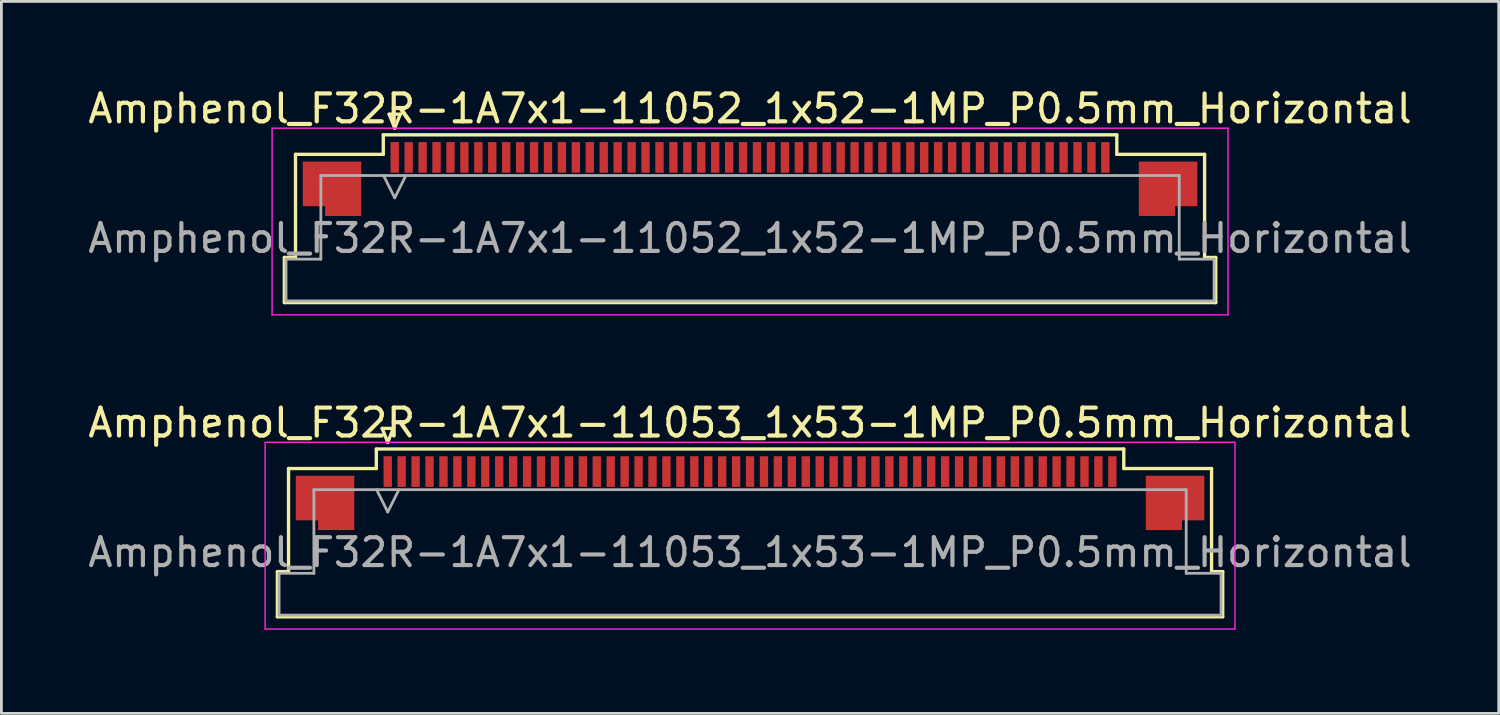
<source format=kicad_pcb>
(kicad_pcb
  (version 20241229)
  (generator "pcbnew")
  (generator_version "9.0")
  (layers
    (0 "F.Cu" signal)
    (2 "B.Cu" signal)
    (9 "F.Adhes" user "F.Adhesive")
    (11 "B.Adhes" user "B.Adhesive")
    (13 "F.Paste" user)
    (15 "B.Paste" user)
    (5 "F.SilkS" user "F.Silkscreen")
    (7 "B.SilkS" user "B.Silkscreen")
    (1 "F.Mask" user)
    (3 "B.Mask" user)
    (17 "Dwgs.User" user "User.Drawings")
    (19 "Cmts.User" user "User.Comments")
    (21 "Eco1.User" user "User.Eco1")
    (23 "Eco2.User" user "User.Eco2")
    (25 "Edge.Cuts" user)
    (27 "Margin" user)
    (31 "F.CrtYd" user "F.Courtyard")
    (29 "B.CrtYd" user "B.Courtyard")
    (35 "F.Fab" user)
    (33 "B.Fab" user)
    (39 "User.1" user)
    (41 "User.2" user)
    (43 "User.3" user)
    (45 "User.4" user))
  (footprint "Amphenol_F32R-1A7x1-11053_1x53-1MP_P0.5mm_Horizontal"
    (layer "F.Cu")
    (at 23.863 16.771)
    (property "Reference" "Amphenol_F32R-1A7x1-11053_1x53-1MP_P0.5mm_Horizontal" (at 0 -4.65 0) (layer "F.SilkS") (effects (font (size 1 1) (thickness 0.15))))
    (attr smd)
    (fp_line (start -16.96 0.69) (end -16.56 0.69) (stroke (width 0.12) (type solid)) (layer "F.SilkS"))
    (fp_line (start -16.96 2.31) (end -16.96 0.69) (stroke (width 0.12) (type solid)) (layer "F.SilkS"))
    (fp_line (start -16.56 -3.01) (end -13.41 -3.01) (stroke (width 0.12) (type solid)) (layer "F.SilkS"))
    (fp_line (start -16.56 0.69) (end -16.56 -3.01) (stroke (width 0.12) (type solid)) (layer "F.SilkS"))
    (fp_line (start -13.41 -3.71) (end 13.41 -3.71) (stroke (width 0.12) (type solid)) (layer "F.SilkS"))
    (fp_line (start -13.41 -3.01) (end -13.41 -3.71) (stroke (width 0.12) (type solid)) (layer "F.SilkS"))
    (fp_line (start -13.2 -4.45) (end -13 -3.95) (stroke (width 0.12) (type solid)) (layer "F.SilkS"))
    (fp_line (start -13 -3.95) (end -12.8 -4.45) (stroke (width 0.12) (type solid)) (layer "F.SilkS"))
    (fp_line (start -12.8 -4.45) (end -13.2 -4.45) (stroke (width 0.12) (type solid)) (layer "F.SilkS"))
    (fp_line (start 13.41 -3.71) (end 13.41 -3.01) (stroke (width 0.12) (type solid)) (layer "F.SilkS"))
    (fp_line (start 13.41 -3.01) (end 16.56 -3.01) (stroke (width 0.12) (type solid)) (layer "F.SilkS"))
    (fp_line (start 16.56 -3.01) (end 16.56 0.69) (stroke (width 0.12) (type solid)) (layer "F.SilkS"))
    (fp_line (start 16.56 0.69) (end 16.96 0.69) (stroke (width 0.12) (type solid)) (layer "F.SilkS"))
    (fp_line (start 16.96 0.69) (end 16.96 2.31) (stroke (width 0.12) (type solid)) (layer "F.SilkS"))
    (fp_line (start 16.96 2.31) (end -16.96 2.31) (stroke (width 0.12) (type solid)) (layer "F.SilkS"))
    (fp_line (start -17.4 -3.95) (end -17.4 2.75) (stroke (width 0.05) (type solid)) (layer "F.CrtYd"))
    (fp_line (start -17.4 2.75) (end 17.4 2.75) (stroke (width 0.05) (type solid)) (layer "F.CrtYd"))
    (fp_line (start 17.4 -3.95) (end -17.4 -3.95) (stroke (width 0.05) (type solid)) (layer "F.CrtYd"))
    (fp_line (start 17.4 2.75) (end 17.4 -3.95) (stroke (width 0.05) (type solid)) (layer "F.CrtYd"))
    (fp_line (start -16.9 0.75) (end -15.65 0.75) (stroke (width 0.1) (type solid)) (layer "F.Fab"))
    (fp_line (start -16.9 2.25) (end -16.9 0.75) (stroke (width 0.1) (type solid)) (layer "F.Fab"))
    (fp_line (start -15.65 -2.25) (end 15.65 -2.25) (stroke (width 0.1) (type solid)) (layer "F.Fab"))
    (fp_line (start -15.65 0.75) (end -15.65 -2.25) (stroke (width 0.1) (type solid)) (layer "F.Fab"))
    (fp_line (start -13.4 -2.25) (end -13 -1.45) (stroke (width 0.1) (type solid)) (layer "F.Fab"))
    (fp_line (start -13 -1.45) (end -12.6 -2.25) (stroke (width 0.1) (type solid)) (layer "F.Fab"))
    (fp_line (start 15.65 -2.25) (end 15.65 0.75) (stroke (width 0.1) (type solid)) (layer "F.Fab"))
    (fp_line (start 15.65 0.75) (end 16.9 0.75) (stroke (width 0.1) (type solid)) (layer "F.Fab"))
    (fp_line (start 16.9 0.75) (end 16.9 2.25) (stroke (width 0.1) (type solid)) (layer "F.Fab"))
    (fp_line (start 16.9 2.25) (end -16.9 2.25) (stroke (width 0.1) (type solid)) (layer "F.Fab"))
    (fp_text user "${REFERENCE}" (at 0 0 0) (layer "F.Fab") (effects (font (size 1 1) (thickness 0.15))))
    (pad "1" smd rect (at -13 -2.9) (size 0.3 1.1) (layers "F.Cu" "F.Mask" "F.Paste"))
    (pad "2" smd rect (at -12.5 -2.9) (size 0.3 1.1) (layers "F.Cu" "F.Mask" "F.Paste"))
    (pad "3" smd rect (at -12 -2.9) (size 0.3 1.1) (layers "F.Cu" "F.Mask" "F.Paste"))
    (pad "4" smd rect (at -11.5 -2.9) (size 0.3 1.1) (layers "F.Cu" "F.Mask" "F.Paste"))
    (pad "5" smd rect (at -11 -2.9) (size 0.3 1.1) (layers "F.Cu" "F.Mask" "F.Paste"))
    (pad "6" smd rect (at -10.5 -2.9) (size 0.3 1.1) (layers "F.Cu" "F.Mask" "F.Paste"))
    (pad "7" smd rect (at -10 -2.9) (size 0.3 1.1) (layers "F.Cu" "F.Mask" "F.Paste"))
    (pad "8" smd rect (at -9.5 -2.9) (size 0.3 1.1) (layers "F.Cu" "F.Mask" "F.Paste"))
    (pad "9" smd rect (at -9 -2.9) (size 0.3 1.1) (layers "F.Cu" "F.Mask" "F.Paste"))
    (pad "10" smd rect (at -8.5 -2.9) (size 0.3 1.1) (layers "F.Cu" "F.Mask" "F.Paste"))
    (pad "11" smd rect (at -8 -2.9) (size 0.3 1.1) (layers "F.Cu" "F.Mask" "F.Paste"))
    (pad "12" smd rect (at -7.5 -2.9) (size 0.3 1.1) (layers "F.Cu" "F.Mask" "F.Paste"))
    (pad "13" smd rect (at -7 -2.9) (size 0.3 1.1) (layers "F.Cu" "F.Mask" "F.Paste"))
    (pad "14" smd rect (at -6.5 -2.9) (size 0.3 1.1) (layers "F.Cu" "F.Mask" "F.Paste"))
    (pad "15" smd rect (at -6 -2.9) (size 0.3 1.1) (layers "F.Cu" "F.Mask" "F.Paste"))
    (pad "16" smd rect (at -5.5 -2.9) (size 0.3 1.1) (layers "F.Cu" "F.Mask" "F.Paste"))
    (pad "17" smd rect (at -5 -2.9) (size 0.3 1.1) (layers "F.Cu" "F.Mask" "F.Paste"))
    (pad "18" smd rect (at -4.5 -2.9) (size 0.3 1.1) (layers "F.Cu" "F.Mask" "F.Paste"))
    (pad "19" smd rect (at -4 -2.9) (size 0.3 1.1) (layers "F.Cu" "F.Mask" "F.Paste"))
    (pad "20" smd rect (at -3.5 -2.9) (size 0.3 1.1) (layers "F.Cu" "F.Mask" "F.Paste"))
    (pad "21" smd rect (at -3 -2.9) (size 0.3 1.1) (layers "F.Cu" "F.Mask" "F.Paste"))
    (pad "22" smd rect (at -2.5 -2.9) (size 0.3 1.1) (layers "F.Cu" "F.Mask" "F.Paste"))
    (pad "23" smd rect (at -2 -2.9) (size 0.3 1.1) (layers "F.Cu" "F.Mask" "F.Paste"))
    (pad "24" smd rect (at -1.5 -2.9) (size 0.3 1.1) (layers "F.Cu" "F.Mask" "F.Paste"))
    (pad "25" smd rect (at -1 -2.9) (size 0.3 1.1) (layers "F.Cu" "F.Mask" "F.Paste"))
    (pad "26" smd rect (at -0.5 -2.9) (size 0.3 1.1) (layers "F.Cu" "F.Mask" "F.Paste"))
    (pad "27" smd rect (at 0 -2.9) (size 0.3 1.1) (layers "F.Cu" "F.Mask" "F.Paste"))
    (pad "28" smd rect (at 0.5 -2.9) (size 0.3 1.1) (layers "F.Cu" "F.Mask" "F.Paste"))
    (pad "29" smd rect (at 1 -2.9) (size 0.3 1.1) (layers "F.Cu" "F.Mask" "F.Paste"))
    (pad "30" smd rect (at 1.5 -2.9) (size 0.3 1.1) (layers "F.Cu" "F.Mask" "F.Paste"))
    (pad "31" smd rect (at 2 -2.9) (size 0.3 1.1) (layers "F.Cu" "F.Mask" "F.Paste"))
    (pad "32" smd rect (at 2.5 -2.9) (size 0.3 1.1) (layers "F.Cu" "F.Mask" "F.Paste"))
    (pad "33" smd rect (at 3 -2.9) (size 0.3 1.1) (layers "F.Cu" "F.Mask" "F.Paste"))
    (pad "34" smd rect (at 3.5 -2.9) (size 0.3 1.1) (layers "F.Cu" "F.Mask" "F.Paste"))
    (pad "35" smd rect (at 4 -2.9) (size 0.3 1.1) (layers "F.Cu" "F.Mask" "F.Paste"))
    (pad "36" smd rect (at 4.5 -2.9) (size 0.3 1.1) (layers "F.Cu" "F.Mask" "F.Paste"))
    (pad "37" smd rect (at 5 -2.9) (size 0.3 1.1) (layers "F.Cu" "F.Mask" "F.Paste"))
    (pad "38" smd rect (at 5.5 -2.9) (size 0.3 1.1) (layers "F.Cu" "F.Mask" "F.Paste"))
    (pad "39" smd rect (at 6 -2.9) (size 0.3 1.1) (layers "F.Cu" "F.Mask" "F.Paste"))
    (pad "40" smd rect (at 6.5 -2.9) (size 0.3 1.1) (layers "F.Cu" "F.Mask" "F.Paste"))
    (pad "41" smd rect (at 7 -2.9) (size 0.3 1.1) (layers "F.Cu" "F.Mask" "F.Paste"))
    (pad "42" smd rect (at 7.5 -2.9) (size 0.3 1.1) (layers "F.Cu" "F.Mask" "F.Paste"))
    (pad "43" smd rect (at 8 -2.9) (size 0.3 1.1) (layers "F.Cu" "F.Mask" "F.Paste"))
    (pad "44" smd rect (at 8.5 -2.9) (size 0.3 1.1) (layers "F.Cu" "F.Mask" "F.Paste"))
    (pad "45" smd rect (at 9 -2.9) (size 0.3 1.1) (layers "F.Cu" "F.Mask" "F.Paste"))
    (pad "46" smd rect (at 9.5 -2.9) (size 0.3 1.1) (layers "F.Cu" "F.Mask" "F.Paste"))
    (pad "47" smd rect (at 10 -2.9) (size 0.3 1.1) (layers "F.Cu" "F.Mask" "F.Paste"))
    (pad "48" smd rect (at 10.5 -2.9) (size 0.3 1.1) (layers "F.Cu" "F.Mask" "F.Paste"))
    (pad "49" smd rect (at 11 -2.9) (size 0.3 1.1) (layers "F.Cu" "F.Mask" "F.Paste"))
    (pad "50" smd rect (at 11.5 -2.9) (size 0.3 1.1) (layers "F.Cu" "F.Mask" "F.Paste"))
    (pad "51" smd rect (at 12 -2.9) (size 0.3 1.1) (layers "F.Cu" "F.Mask" "F.Paste"))
    (pad "52" smd rect (at 12.5 -2.9) (size 0.3 1.1) (layers "F.Cu" "F.Mask" "F.Paste"))
    (pad "53" smd rect (at 13 -2.9) (size 0.3 1.1) (layers "F.Cu" "F.Mask" "F.Paste"))
    (pad "MP" smd custom (at -15.25 -1.775) (size 1 1) (layers "F.Cu" "F.Mask" "F.Paste") (options (anchor circle)) (primitives (gr_poly (pts (xy 1.05 -0.975) (xy 1.05 0.975) (xy -0.25 0.975) (xy -0.25 0.625) (xy -1.05 0.625) (xy -1.05 -0.975) (xy 1.05 -0.975)) (width 0) (fill yes))))
    (pad "MP" smd custom (at 15.25 -1.775) (size 1 1) (layers "F.Cu" "F.Mask" "F.Paste") (options (anchor circle)) (primitives (gr_poly (pts (xy -1.05 -0.975) (xy -1.05 0.975) (xy 0.25 0.975) (xy 0.25 0.625) (xy 1.05 0.625) (xy 1.05 -0.975) (xy -1.05 -0.975)) (width 0) (fill yes)))))
  (footprint "Amphenol_F32R-1A7x1-11052_1x52-1MP_P0.5mm_Horizontal"
    (layer "F.Cu")
    (at 23.863 5.498)
    (property "Reference" "Amphenol_F32R-1A7x1-11052_1x52-1MP_P0.5mm_Horizontal" (at 0 -4.65 0) (layer "F.SilkS") (effects (font (size 1 1) (thickness 0.15))))
    (attr smd)
    (fp_line (start -16.71 0.69) (end -16.31 0.69) (stroke (width 0.12) (type solid)) (layer "F.SilkS"))
    (fp_line (start -16.71 2.31) (end -16.71 0.69) (stroke (width 0.12) (type solid)) (layer "F.SilkS"))
    (fp_line (start -16.31 -3.01) (end -13.16 -3.01) (stroke (width 0.12) (type solid)) (layer "F.SilkS"))
    (fp_line (start -16.31 0.69) (end -16.31 -3.01) (stroke (width 0.12) (type solid)) (layer "F.SilkS"))
    (fp_line (start -13.16 -3.71) (end 13.16 -3.71) (stroke (width 0.12) (type solid)) (layer "F.SilkS"))
    (fp_line (start -13.16 -3.01) (end -13.16 -3.71) (stroke (width 0.12) (type solid)) (layer "F.SilkS"))
    (fp_line (start -12.95 -4.45) (end -12.75 -3.95) (stroke (width 0.12) (type solid)) (layer "F.SilkS"))
    (fp_line (start -12.75 -3.95) (end -12.55 -4.45) (stroke (width 0.12) (type solid)) (layer "F.SilkS"))
    (fp_line (start -12.55 -4.45) (end -12.95 -4.45) (stroke (width 0.12) (type solid)) (layer "F.SilkS"))
    (fp_line (start 13.16 -3.71) (end 13.16 -3.01) (stroke (width 0.12) (type solid)) (layer "F.SilkS"))
    (fp_line (start 13.16 -3.01) (end 16.31 -3.01) (stroke (width 0.12) (type solid)) (layer "F.SilkS"))
    (fp_line (start 16.31 -3.01) (end 16.31 0.69) (stroke (width 0.12) (type solid)) (layer "F.SilkS"))
    (fp_line (start 16.31 0.69) (end 16.71 0.69) (stroke (width 0.12) (type solid)) (layer "F.SilkS"))
    (fp_line (start 16.71 0.69) (end 16.71 2.31) (stroke (width 0.12) (type solid)) (layer "F.SilkS"))
    (fp_line (start 16.71 2.31) (end -16.71 2.31) (stroke (width 0.12) (type solid)) (layer "F.SilkS"))
    (fp_line (start -17.15 -3.95) (end -17.15 2.75) (stroke (width 0.05) (type solid)) (layer "F.CrtYd"))
    (fp_line (start -17.15 2.75) (end 17.15 2.75) (stroke (width 0.05) (type solid)) (layer "F.CrtYd"))
    (fp_line (start 17.15 -3.95) (end -17.15 -3.95) (stroke (width 0.05) (type solid)) (layer "F.CrtYd"))
    (fp_line (start 17.15 2.75) (end 17.15 -3.95) (stroke (width 0.05) (type solid)) (layer "F.CrtYd"))
    (fp_line (start -16.65 0.75) (end -15.4 0.75) (stroke (width 0.1) (type solid)) (layer "F.Fab"))
    (fp_line (start -16.65 2.25) (end -16.65 0.75) (stroke (width 0.1) (type solid)) (layer "F.Fab"))
    (fp_line (start -15.4 -2.25) (end 15.4 -2.25) (stroke (width 0.1) (type solid)) (layer "F.Fab"))
    (fp_line (start -15.4 0.75) (end -15.4 -2.25) (stroke (width 0.1) (type solid)) (layer "F.Fab"))
    (fp_line (start -13.15 -2.25) (end -12.75 -1.45) (stroke (width 0.1) (type solid)) (layer "F.Fab"))
    (fp_line (start -12.75 -1.45) (end -12.35 -2.25) (stroke (width 0.1) (type solid)) (layer "F.Fab"))
    (fp_line (start 15.4 -2.25) (end 15.4 0.75) (stroke (width 0.1) (type solid)) (layer "F.Fab"))
    (fp_line (start 15.4 0.75) (end 16.65 0.75) (stroke (width 0.1) (type solid)) (layer "F.Fab"))
    (fp_line (start 16.65 0.75) (end 16.65 2.25) (stroke (width 0.1) (type solid)) (layer "F.Fab"))
    (fp_line (start 16.65 2.25) (end -16.65 2.25) (stroke (width 0.1) (type solid)) (layer "F.Fab"))
    (fp_text user "${REFERENCE}" (at 0 0 0) (layer "F.Fab") (effects (font (size 1 1) (thickness 0.15))))
    (pad "1" smd rect (at -12.75 -2.9) (size 0.3 1.1) (layers "F.Cu" "F.Mask" "F.Paste"))
    (pad "2" smd rect (at -12.25 -2.9) (size 0.3 1.1) (layers "F.Cu" "F.Mask" "F.Paste"))
    (pad "3" smd rect (at -11.75 -2.9) (size 0.3 1.1) (layers "F.Cu" "F.Mask" "F.Paste"))
    (pad "4" smd rect (at -11.25 -2.9) (size 0.3 1.1) (layers "F.Cu" "F.Mask" "F.Paste"))
    (pad "5" smd rect (at -10.75 -2.9) (size 0.3 1.1) (layers "F.Cu" "F.Mask" "F.Paste"))
    (pad "6" smd rect (at -10.25 -2.9) (size 0.3 1.1) (layers "F.Cu" "F.Mask" "F.Paste"))
    (pad "7" smd rect (at -9.75 -2.9) (size 0.3 1.1) (layers "F.Cu" "F.Mask" "F.Paste"))
    (pad "8" smd rect (at -9.25 -2.9) (size 0.3 1.1) (layers "F.Cu" "F.Mask" "F.Paste"))
    (pad "9" smd rect (at -8.75 -2.9) (size 0.3 1.1) (layers "F.Cu" "F.Mask" "F.Paste"))
    (pad "10" smd rect (at -8.25 -2.9) (size 0.3 1.1) (layers "F.Cu" "F.Mask" "F.Paste"))
    (pad "11" smd rect (at -7.75 -2.9) (size 0.3 1.1) (layers "F.Cu" "F.Mask" "F.Paste"))
    (pad "12" smd rect (at -7.25 -2.9) (size 0.3 1.1) (layers "F.Cu" "F.Mask" "F.Paste"))
    (pad "13" smd rect (at -6.75 -2.9) (size 0.3 1.1) (layers "F.Cu" "F.Mask" "F.Paste"))
    (pad "14" smd rect (at -6.25 -2.9) (size 0.3 1.1) (layers "F.Cu" "F.Mask" "F.Paste"))
    (pad "15" smd rect (at -5.75 -2.9) (size 0.3 1.1) (layers "F.Cu" "F.Mask" "F.Paste"))
    (pad "16" smd rect (at -5.25 -2.9) (size 0.3 1.1) (layers "F.Cu" "F.Mask" "F.Paste"))
    (pad "17" smd rect (at -4.75 -2.9) (size 0.3 1.1) (layers "F.Cu" "F.Mask" "F.Paste"))
    (pad "18" smd rect (at -4.25 -2.9) (size 0.3 1.1) (layers "F.Cu" "F.Mask" "F.Paste"))
    (pad "19" smd rect (at -3.75 -2.9) (size 0.3 1.1) (layers "F.Cu" "F.Mask" "F.Paste"))
    (pad "20" smd rect (at -3.25 -2.9) (size 0.3 1.1) (layers "F.Cu" "F.Mask" "F.Paste"))
    (pad "21" smd rect (at -2.75 -2.9) (size 0.3 1.1) (layers "F.Cu" "F.Mask" "F.Paste"))
    (pad "22" smd rect (at -2.25 -2.9) (size 0.3 1.1) (layers "F.Cu" "F.Mask" "F.Paste"))
    (pad "23" smd rect (at -1.75 -2.9) (size 0.3 1.1) (layers "F.Cu" "F.Mask" "F.Paste"))
    (pad "24" smd rect (at -1.25 -2.9) (size 0.3 1.1) (layers "F.Cu" "F.Mask" "F.Paste"))
    (pad "25" smd rect (at -0.75 -2.9) (size 0.3 1.1) (layers "F.Cu" "F.Mask" "F.Paste"))
    (pad "26" smd rect (at -0.25 -2.9) (size 0.3 1.1) (layers "F.Cu" "F.Mask" "F.Paste"))
    (pad "27" smd rect (at 0.25 -2.9) (size 0.3 1.1) (layers "F.Cu" "F.Mask" "F.Paste"))
    (pad "28" smd rect (at 0.75 -2.9) (size 0.3 1.1) (layers "F.Cu" "F.Mask" "F.Paste"))
    (pad "29" smd rect (at 1.25 -2.9) (size 0.3 1.1) (layers "F.Cu" "F.Mask" "F.Paste"))
    (pad "30" smd rect (at 1.75 -2.9) (size 0.3 1.1) (layers "F.Cu" "F.Mask" "F.Paste"))
    (pad "31" smd rect (at 2.25 -2.9) (size 0.3 1.1) (layers "F.Cu" "F.Mask" "F.Paste"))
    (pad "32" smd rect (at 2.75 -2.9) (size 0.3 1.1) (layers "F.Cu" "F.Mask" "F.Paste"))
    (pad "33" smd rect (at 3.25 -2.9) (size 0.3 1.1) (layers "F.Cu" "F.Mask" "F.Paste"))
    (pad "34" smd rect (at 3.75 -2.9) (size 0.3 1.1) (layers "F.Cu" "F.Mask" "F.Paste"))
    (pad "35" smd rect (at 4.25 -2.9) (size 0.3 1.1) (layers "F.Cu" "F.Mask" "F.Paste"))
    (pad "36" smd rect (at 4.75 -2.9) (size 0.3 1.1) (layers "F.Cu" "F.Mask" "F.Paste"))
    (pad "37" smd rect (at 5.25 -2.9) (size 0.3 1.1) (layers "F.Cu" "F.Mask" "F.Paste"))
    (pad "38" smd rect (at 5.75 -2.9) (size 0.3 1.1) (layers "F.Cu" "F.Mask" "F.Paste"))
    (pad "39" smd rect (at 6.25 -2.9) (size 0.3 1.1) (layers "F.Cu" "F.Mask" "F.Paste"))
    (pad "40" smd rect (at 6.75 -2.9) (size 0.3 1.1) (layers "F.Cu" "F.Mask" "F.Paste"))
    (pad "41" smd rect (at 7.25 -2.9) (size 0.3 1.1) (layers "F.Cu" "F.Mask" "F.Paste"))
    (pad "42" smd rect (at 7.75 -2.9) (size 0.3 1.1) (layers "F.Cu" "F.Mask" "F.Paste"))
    (pad "43" smd rect (at 8.25 -2.9) (size 0.3 1.1) (layers "F.Cu" "F.Mask" "F.Paste"))
    (pad "44" smd rect (at 8.75 -2.9) (size 0.3 1.1) (layers "F.Cu" "F.Mask" "F.Paste"))
    (pad "45" smd rect (at 9.25 -2.9) (size 0.3 1.1) (layers "F.Cu" "F.Mask" "F.Paste"))
    (pad "46" smd rect (at 9.75 -2.9) (size 0.3 1.1) (layers "F.Cu" "F.Mask" "F.Paste"))
    (pad "47" smd rect (at 10.25 -2.9) (size 0.3 1.1) (layers "F.Cu" "F.Mask" "F.Paste"))
    (pad "48" smd rect (at 10.75 -2.9) (size 0.3 1.1) (layers "F.Cu" "F.Mask" "F.Paste"))
    (pad "49" smd rect (at 11.25 -2.9) (size 0.3 1.1) (layers "F.Cu" "F.Mask" "F.Paste"))
    (pad "50" smd rect (at 11.75 -2.9) (size 0.3 1.1) (layers "F.Cu" "F.Mask" "F.Paste"))
    (pad "51" smd rect (at 12.25 -2.9) (size 0.3 1.1) (layers "F.Cu" "F.Mask" "F.Paste"))
    (pad "52" smd rect (at 12.75 -2.9) (size 0.3 1.1) (layers "F.Cu" "F.Mask" "F.Paste"))
    (pad "MP" smd custom (at -15 -1.775) (size 1 1) (layers "F.Cu" "F.Mask" "F.Paste") (options (anchor circle)) (primitives (gr_poly (pts (xy 1.05 -0.975) (xy 1.05 0.975) (xy -0.25 0.975) (xy -0.25 0.625) (xy -1.05 0.625) (xy -1.05 -0.975) (xy 1.05 -0.975)) (width 0) (fill yes))))
    (pad "MP" smd custom (at 15 -1.775) (size 1 1) (layers "F.Cu" "F.Mask" "F.Paste") (options (anchor circle)) (primitives (gr_poly (pts (xy -1.05 -0.975) (xy -1.05 0.975) (xy 0.25 0.975) (xy 0.25 0.625) (xy 1.05 0.625) (xy 1.05 -0.975) (xy -1.05 -0.975)) (width 0) (fill yes)))))
  (gr_rect
    (start -3 -3)
    (end 50.726 22.547)
    (stroke (width 0.1) (type default))
    (fill no)
    (layer "Edge.Cuts")))
</source>
